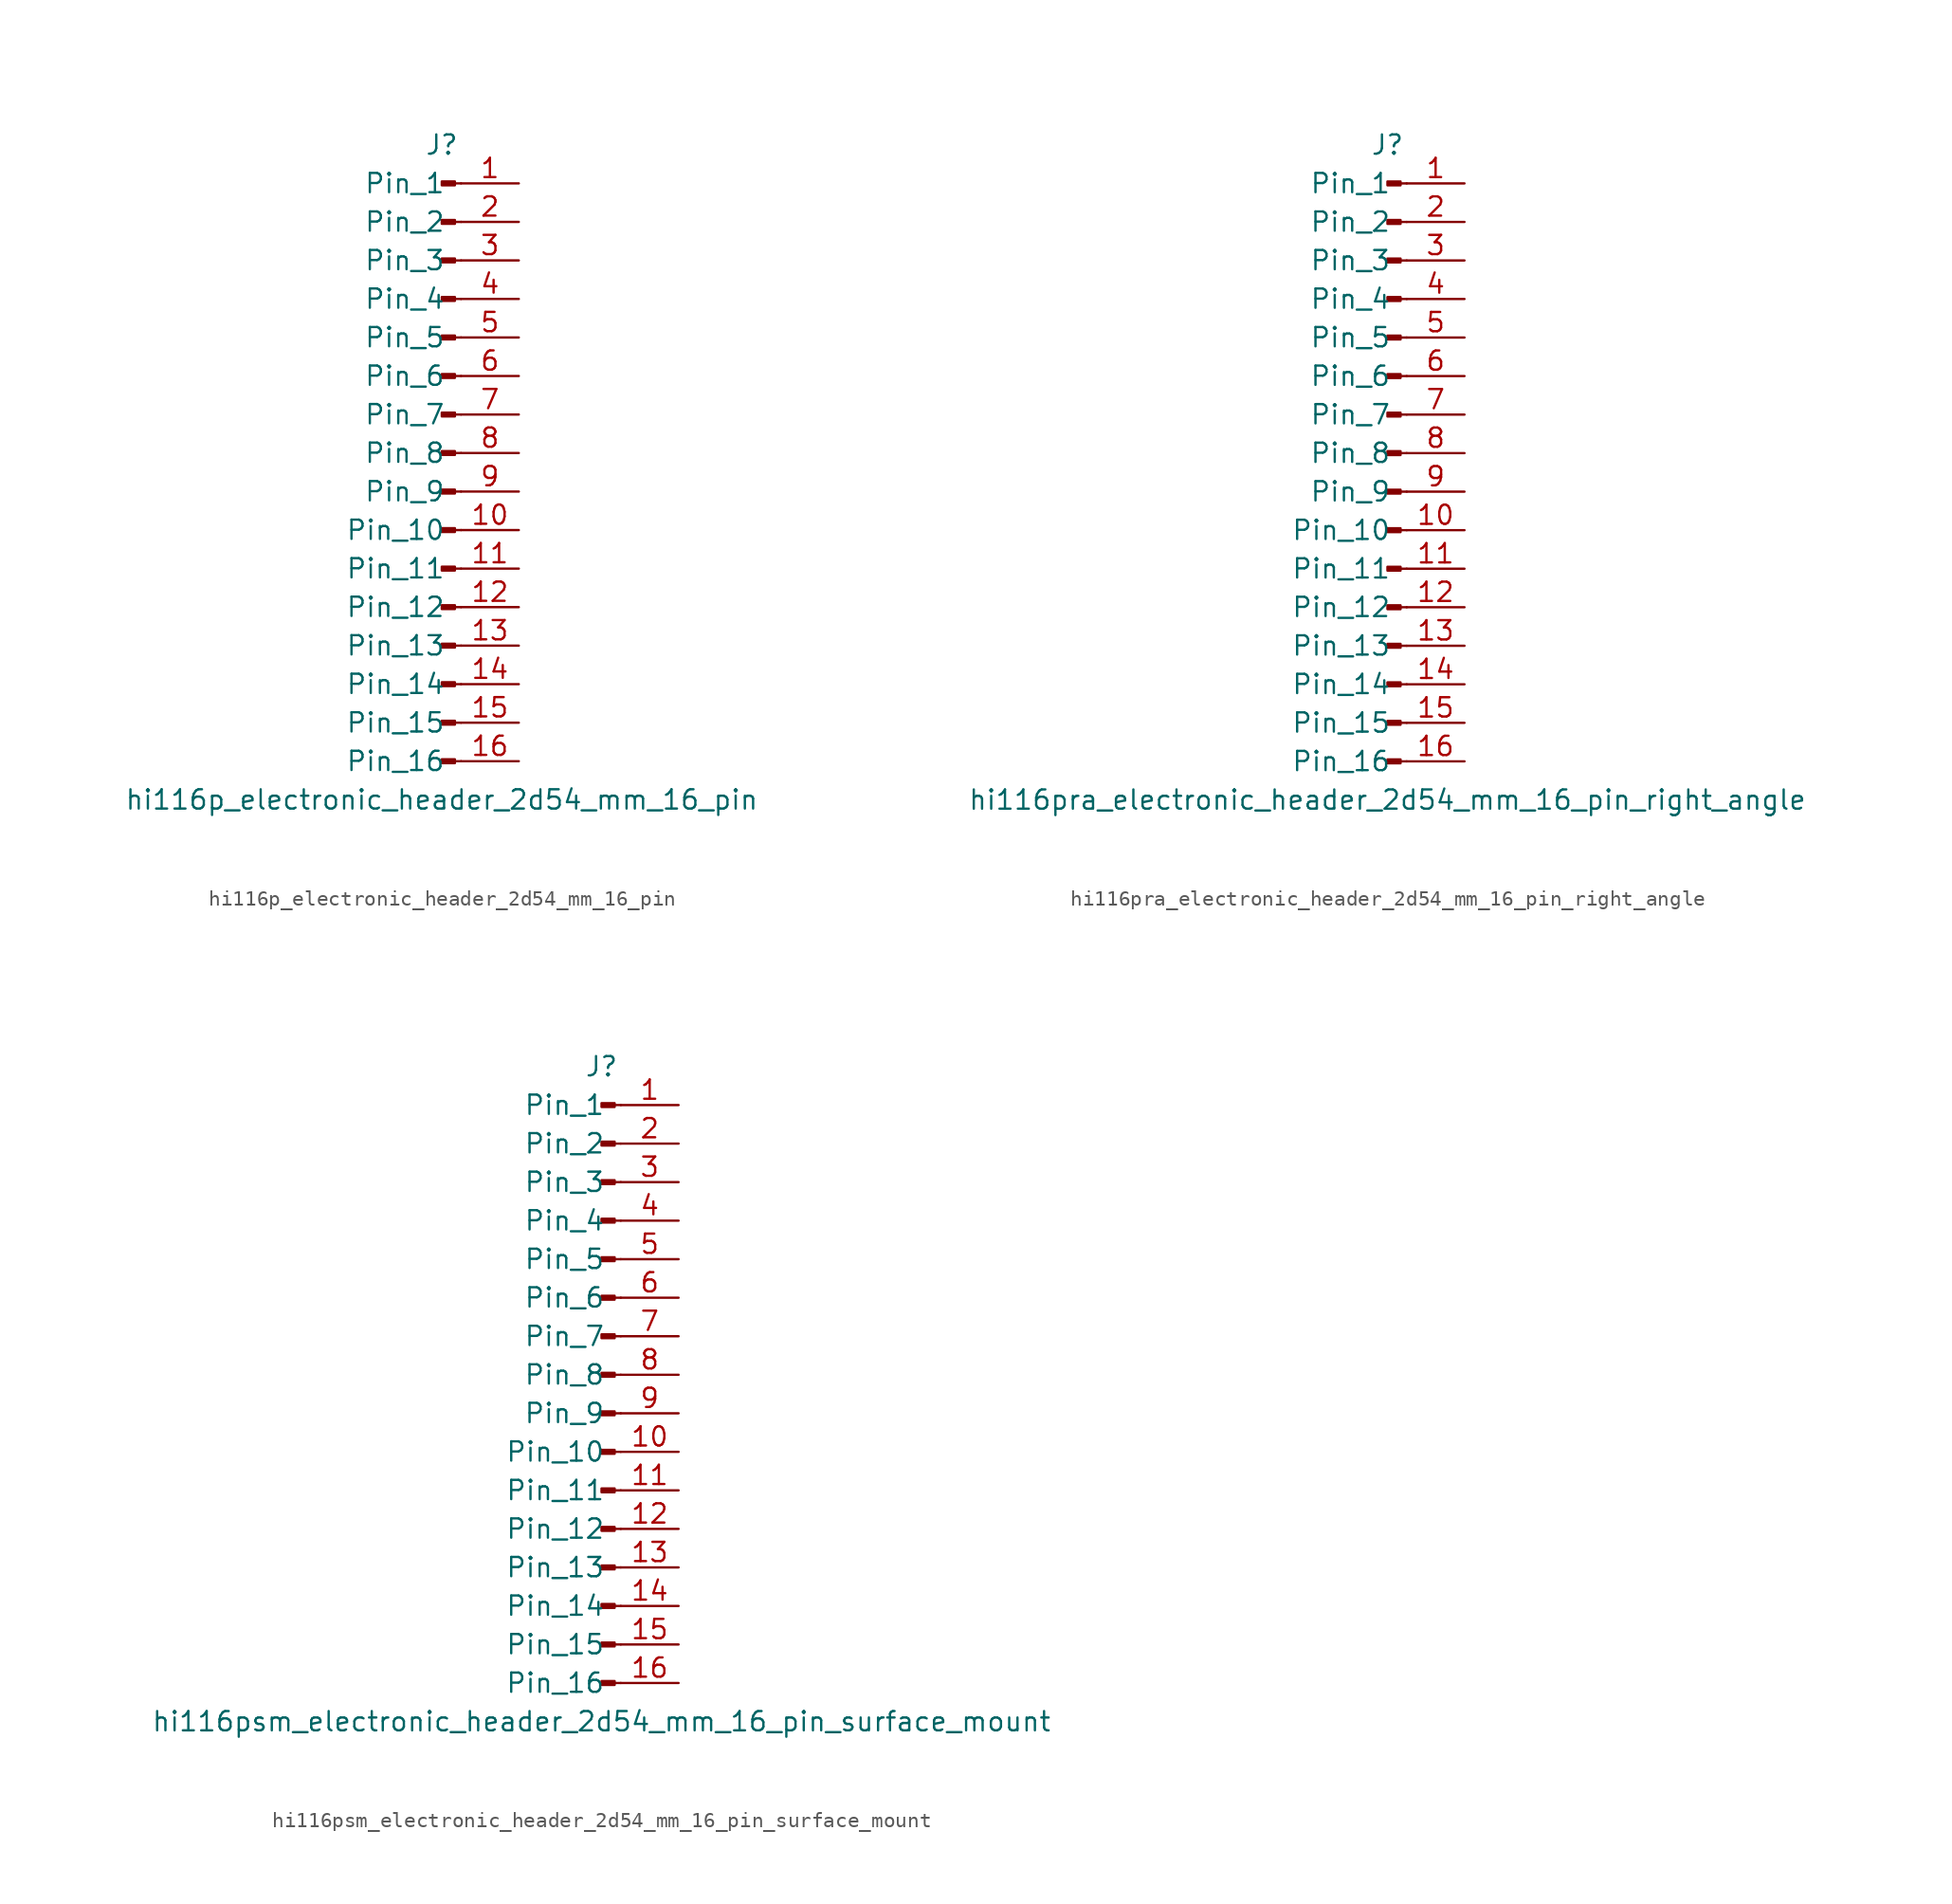
<source format=kicad_sym>
(kicad_symbol_lib
  (version 20220914)
  (generator kicad_symbol_editor)
  (symbol "hi116p_electronic_header_2d54_mm_16_pin"
    (pin_names
      (offset 1.016))
    (property "Reference" "J"
      (at 0 20.32 0)
      (effects (font (size 1.27 1.27))))
    (property "Value" "hi116p_electronic_header_2d54_mm_16_pin"
      (at 0 -22.86 0)
      (effects (font (size 1.27 1.27))))
    (property "ki_locked" ""
      (at 0 0 0)
      (effects (font (size 1.27 1.27))))
    (symbol "hi116p_electronic_header_2d54_mm_16_pin_1_1"
      (polyline (pts (xy 1.27 -20.32) (xy 0.864 -20.32)) (stroke (width 0.152) (type default)) (fill (type none)))
      (polyline (pts (xy 1.27 -17.78) (xy 0.864 -17.78)) (stroke (width 0.152) (type default)) (fill (type none)))
      (polyline (pts (xy 1.27 -15.24) (xy 0.864 -15.24)) (stroke (width 0.152) (type default)) (fill (type none)))
      (polyline (pts (xy 1.27 -12.7) (xy 0.864 -12.7)) (stroke (width 0.152) (type default)) (fill (type none)))
      (polyline (pts (xy 1.27 -10.16) (xy 0.864 -10.16)) (stroke (width 0.152) (type default)) (fill (type none)))
      (polyline (pts (xy 1.27 -7.62) (xy 0.864 -7.62)) (stroke (width 0.152) (type default)) (fill (type none)))
      (polyline (pts (xy 1.27 -5.08) (xy 0.864 -5.08)) (stroke (width 0.152) (type default)) (fill (type none)))
      (polyline (pts (xy 1.27 -2.54) (xy 0.864 -2.54)) (stroke (width 0.152) (type default)) (fill (type none)))
      (polyline (pts (xy 1.27 0) (xy 0.864 0)) (stroke (width 0.152) (type default)) (fill (type none)))
      (polyline (pts (xy 1.27 2.54) (xy 0.864 2.54)) (stroke (width 0.152) (type default)) (fill (type none)))
      (polyline (pts (xy 1.27 5.08) (xy 0.864 5.08)) (stroke (width 0.152) (type default)) (fill (type none)))
      (polyline (pts (xy 1.27 7.62) (xy 0.864 7.62)) (stroke (width 0.152) (type default)) (fill (type none)))
      (polyline (pts (xy 1.27 10.16) (xy 0.864 10.16)) (stroke (width 0.152) (type default)) (fill (type none)))
      (polyline (pts (xy 1.27 12.7) (xy 0.864 12.7)) (stroke (width 0.152) (type default)) (fill (type none)))
      (polyline (pts (xy 1.27 15.24) (xy 0.864 15.24)) (stroke (width 0.152) (type default)) (fill (type none)))
      (polyline (pts (xy 1.27 17.78) (xy 0.864 17.78)) (stroke (width 0.152) (type default)) (fill (type none)))
      (rectangle (start 0.864 -20.193) (end 0 -20.447) (stroke (width 0.152) (type default)) (fill (type outline)))
      (rectangle (start 0.864 -17.653) (end 0 -17.907) (stroke (width 0.152) (type default)) (fill (type outline)))
      (rectangle (start 0.864 -15.113) (end 0 -15.367) (stroke (width 0.152) (type default)) (fill (type outline)))
      (rectangle (start 0.864 -12.573) (end 0 -12.827) (stroke (width 0.152) (type default)) (fill (type outline)))
      (rectangle (start 0.864 -10.033) (end 0 -10.287) (stroke (width 0.152) (type default)) (fill (type outline)))
      (rectangle (start 0.864 -7.493) (end 0 -7.747) (stroke (width 0.152) (type default)) (fill (type outline)))
      (rectangle (start 0.864 -4.953) (end 0 -5.207) (stroke (width 0.152) (type default)) (fill (type outline)))
      (rectangle (start 0.864 -2.413) (end 0 -2.667) (stroke (width 0.152) (type default)) (fill (type outline)))
      (rectangle (start 0.864 0.127) (end 0 -0.127) (stroke (width 0.152) (type default)) (fill (type outline)))
      (rectangle (start 0.864 2.667) (end 0 2.413) (stroke (width 0.152) (type default)) (fill (type outline)))
      (rectangle (start 0.864 5.207) (end 0 4.953) (stroke (width 0.152) (type default)) (fill (type outline)))
      (rectangle (start 0.864 7.747) (end 0 7.493) (stroke (width 0.152) (type default)) (fill (type outline)))
      (rectangle (start 0.864 10.287) (end 0 10.033) (stroke (width 0.152) (type default)) (fill (type outline)))
      (rectangle (start 0.864 12.827) (end 0 12.573) (stroke (width 0.152) (type default)) (fill (type outline)))
      (rectangle (start 0.864 15.367) (end 0 15.113) (stroke (width 0.152) (type default)) (fill (type outline)))
      (rectangle (start 0.864 17.907) (end 0 17.653) (stroke (width 0.152) (type default)) (fill (type outline)))
      (pin passive line (at 5.08 17.78 180) (length 3.81) (name "Pin_1" (effects (font (size 1.27 1.27)))) (number "1" (effects (font (size 1.27 1.27)))))
      (pin passive line (at 5.08 -5.08 180) (length 3.81) (name "Pin_10" (effects (font (size 1.27 1.27)))) (number "10" (effects (font (size 1.27 1.27)))))
      (pin passive line (at 5.08 -7.62 180) (length 3.81) (name "Pin_11" (effects (font (size 1.27 1.27)))) (number "11" (effects (font (size 1.27 1.27)))))
      (pin passive line (at 5.08 -10.16 180) (length 3.81) (name "Pin_12" (effects (font (size 1.27 1.27)))) (number "12" (effects (font (size 1.27 1.27)))))
      (pin passive line (at 5.08 -12.7 180) (length 3.81) (name "Pin_13" (effects (font (size 1.27 1.27)))) (number "13" (effects (font (size 1.27 1.27)))))
      (pin passive line (at 5.08 -15.24 180) (length 3.81) (name "Pin_14" (effects (font (size 1.27 1.27)))) (number "14" (effects (font (size 1.27 1.27)))))
      (pin passive line (at 5.08 -17.78 180) (length 3.81) (name "Pin_15" (effects (font (size 1.27 1.27)))) (number "15" (effects (font (size 1.27 1.27)))))
      (pin passive line (at 5.08 -20.32 180) (length 3.81) (name "Pin_16" (effects (font (size 1.27 1.27)))) (number "16" (effects (font (size 1.27 1.27)))))
      (pin passive line (at 5.08 15.24 180) (length 3.81) (name "Pin_2" (effects (font (size 1.27 1.27)))) (number "2" (effects (font (size 1.27 1.27)))))
      (pin passive line (at 5.08 12.7 180) (length 3.81) (name "Pin_3" (effects (font (size 1.27 1.27)))) (number "3" (effects (font (size 1.27 1.27)))))
      (pin passive line (at 5.08 10.16 180) (length 3.81) (name "Pin_4" (effects (font (size 1.27 1.27)))) (number "4" (effects (font (size 1.27 1.27)))))
      (pin passive line (at 5.08 7.62 180) (length 3.81) (name "Pin_5" (effects (font (size 1.27 1.27)))) (number "5" (effects (font (size 1.27 1.27)))))
      (pin passive line (at 5.08 5.08 180) (length 3.81) (name "Pin_6" (effects (font (size 1.27 1.27)))) (number "6" (effects (font (size 1.27 1.27)))))
      (pin passive line (at 5.08 2.54 180) (length 3.81) (name "Pin_7" (effects (font (size 1.27 1.27)))) (number "7" (effects (font (size 1.27 1.27)))))
      (pin passive line (at 5.08 0 180) (length 3.81) (name "Pin_8" (effects (font (size 1.27 1.27)))) (number "8" (effects (font (size 1.27 1.27)))))
      (pin passive line (at 5.08 -2.54 180) (length 3.81) (name "Pin_9" (effects (font (size 1.27 1.27)))) (number "9" (effects (font (size 1.27 1.27)))))))
  (symbol "hi116pra_electronic_header_2d54_mm_16_pin_right_angle"
    (pin_names
      (offset 1.016))
    (property "Reference" "J"
      (at 0 20.32 0)
      (effects (font (size 1.27 1.27))))
    (property "Value" "hi116pra_electronic_header_2d54_mm_16_pin_right_angle"
      (at 0 -22.86 0)
      (effects (font (size 1.27 1.27))))
    (property "ki_locked" ""
      (at 0 0 0)
      (effects (font (size 1.27 1.27))))
    (symbol "hi116pra_electronic_header_2d54_mm_16_pin_right_angle_1_1"
      (polyline (pts (xy 1.27 -20.32) (xy 0.864 -20.32)) (stroke (width 0.152) (type default)) (fill (type none)))
      (polyline (pts (xy 1.27 -17.78) (xy 0.864 -17.78)) (stroke (width 0.152) (type default)) (fill (type none)))
      (polyline (pts (xy 1.27 -15.24) (xy 0.864 -15.24)) (stroke (width 0.152) (type default)) (fill (type none)))
      (polyline (pts (xy 1.27 -12.7) (xy 0.864 -12.7)) (stroke (width 0.152) (type default)) (fill (type none)))
      (polyline (pts (xy 1.27 -10.16) (xy 0.864 -10.16)) (stroke (width 0.152) (type default)) (fill (type none)))
      (polyline (pts (xy 1.27 -7.62) (xy 0.864 -7.62)) (stroke (width 0.152) (type default)) (fill (type none)))
      (polyline (pts (xy 1.27 -5.08) (xy 0.864 -5.08)) (stroke (width 0.152) (type default)) (fill (type none)))
      (polyline (pts (xy 1.27 -2.54) (xy 0.864 -2.54)) (stroke (width 0.152) (type default)) (fill (type none)))
      (polyline (pts (xy 1.27 0) (xy 0.864 0)) (stroke (width 0.152) (type default)) (fill (type none)))
      (polyline (pts (xy 1.27 2.54) (xy 0.864 2.54)) (stroke (width 0.152) (type default)) (fill (type none)))
      (polyline (pts (xy 1.27 5.08) (xy 0.864 5.08)) (stroke (width 0.152) (type default)) (fill (type none)))
      (polyline (pts (xy 1.27 7.62) (xy 0.864 7.62)) (stroke (width 0.152) (type default)) (fill (type none)))
      (polyline (pts (xy 1.27 10.16) (xy 0.864 10.16)) (stroke (width 0.152) (type default)) (fill (type none)))
      (polyline (pts (xy 1.27 12.7) (xy 0.864 12.7)) (stroke (width 0.152) (type default)) (fill (type none)))
      (polyline (pts (xy 1.27 15.24) (xy 0.864 15.24)) (stroke (width 0.152) (type default)) (fill (type none)))
      (polyline (pts (xy 1.27 17.78) (xy 0.864 17.78)) (stroke (width 0.152) (type default)) (fill (type none)))
      (rectangle (start 0.864 -20.193) (end 0 -20.447) (stroke (width 0.152) (type default)) (fill (type outline)))
      (rectangle (start 0.864 -17.653) (end 0 -17.907) (stroke (width 0.152) (type default)) (fill (type outline)))
      (rectangle (start 0.864 -15.113) (end 0 -15.367) (stroke (width 0.152) (type default)) (fill (type outline)))
      (rectangle (start 0.864 -12.573) (end 0 -12.827) (stroke (width 0.152) (type default)) (fill (type outline)))
      (rectangle (start 0.864 -10.033) (end 0 -10.287) (stroke (width 0.152) (type default)) (fill (type outline)))
      (rectangle (start 0.864 -7.493) (end 0 -7.747) (stroke (width 0.152) (type default)) (fill (type outline)))
      (rectangle (start 0.864 -4.953) (end 0 -5.207) (stroke (width 0.152) (type default)) (fill (type outline)))
      (rectangle (start 0.864 -2.413) (end 0 -2.667) (stroke (width 0.152) (type default)) (fill (type outline)))
      (rectangle (start 0.864 0.127) (end 0 -0.127) (stroke (width 0.152) (type default)) (fill (type outline)))
      (rectangle (start 0.864 2.667) (end 0 2.413) (stroke (width 0.152) (type default)) (fill (type outline)))
      (rectangle (start 0.864 5.207) (end 0 4.953) (stroke (width 0.152) (type default)) (fill (type outline)))
      (rectangle (start 0.864 7.747) (end 0 7.493) (stroke (width 0.152) (type default)) (fill (type outline)))
      (rectangle (start 0.864 10.287) (end 0 10.033) (stroke (width 0.152) (type default)) (fill (type outline)))
      (rectangle (start 0.864 12.827) (end 0 12.573) (stroke (width 0.152) (type default)) (fill (type outline)))
      (rectangle (start 0.864 15.367) (end 0 15.113) (stroke (width 0.152) (type default)) (fill (type outline)))
      (rectangle (start 0.864 17.907) (end 0 17.653) (stroke (width 0.152) (type default)) (fill (type outline)))
      (pin passive line (at 5.08 17.78 180) (length 3.81) (name "Pin_1" (effects (font (size 1.27 1.27)))) (number "1" (effects (font (size 1.27 1.27)))))
      (pin passive line (at 5.08 -5.08 180) (length 3.81) (name "Pin_10" (effects (font (size 1.27 1.27)))) (number "10" (effects (font (size 1.27 1.27)))))
      (pin passive line (at 5.08 -7.62 180) (length 3.81) (name "Pin_11" (effects (font (size 1.27 1.27)))) (number "11" (effects (font (size 1.27 1.27)))))
      (pin passive line (at 5.08 -10.16 180) (length 3.81) (name "Pin_12" (effects (font (size 1.27 1.27)))) (number "12" (effects (font (size 1.27 1.27)))))
      (pin passive line (at 5.08 -12.7 180) (length 3.81) (name "Pin_13" (effects (font (size 1.27 1.27)))) (number "13" (effects (font (size 1.27 1.27)))))
      (pin passive line (at 5.08 -15.24 180) (length 3.81) (name "Pin_14" (effects (font (size 1.27 1.27)))) (number "14" (effects (font (size 1.27 1.27)))))
      (pin passive line (at 5.08 -17.78 180) (length 3.81) (name "Pin_15" (effects (font (size 1.27 1.27)))) (number "15" (effects (font (size 1.27 1.27)))))
      (pin passive line (at 5.08 -20.32 180) (length 3.81) (name "Pin_16" (effects (font (size 1.27 1.27)))) (number "16" (effects (font (size 1.27 1.27)))))
      (pin passive line (at 5.08 15.24 180) (length 3.81) (name "Pin_2" (effects (font (size 1.27 1.27)))) (number "2" (effects (font (size 1.27 1.27)))))
      (pin passive line (at 5.08 12.7 180) (length 3.81) (name "Pin_3" (effects (font (size 1.27 1.27)))) (number "3" (effects (font (size 1.27 1.27)))))
      (pin passive line (at 5.08 10.16 180) (length 3.81) (name "Pin_4" (effects (font (size 1.27 1.27)))) (number "4" (effects (font (size 1.27 1.27)))))
      (pin passive line (at 5.08 7.62 180) (length 3.81) (name "Pin_5" (effects (font (size 1.27 1.27)))) (number "5" (effects (font (size 1.27 1.27)))))
      (pin passive line (at 5.08 5.08 180) (length 3.81) (name "Pin_6" (effects (font (size 1.27 1.27)))) (number "6" (effects (font (size 1.27 1.27)))))
      (pin passive line (at 5.08 2.54 180) (length 3.81) (name "Pin_7" (effects (font (size 1.27 1.27)))) (number "7" (effects (font (size 1.27 1.27)))))
      (pin passive line (at 5.08 0 180) (length 3.81) (name "Pin_8" (effects (font (size 1.27 1.27)))) (number "8" (effects (font (size 1.27 1.27)))))
      (pin passive line (at 5.08 -2.54 180) (length 3.81) (name "Pin_9" (effects (font (size 1.27 1.27)))) (number "9" (effects (font (size 1.27 1.27)))))))
  (symbol "hi116psm_electronic_header_2d54_mm_16_pin_surface_mount"
    (pin_names
      (offset 1.016))
    (property "Reference" "J"
      (at 0 20.32 0)
      (effects (font (size 1.27 1.27))))
    (property "Value" "hi116psm_electronic_header_2d54_mm_16_pin_surface_mount"
      (at 0 -22.86 0)
      (effects (font (size 1.27 1.27))))
    (property "ki_locked" ""
      (at 0 0 0)
      (effects (font (size 1.27 1.27))))
    (symbol "hi116psm_electronic_header_2d54_mm_16_pin_surface_mount_1_1"
      (polyline (pts (xy 1.27 -20.32) (xy 0.864 -20.32)) (stroke (width 0.152) (type default)) (fill (type none)))
      (polyline (pts (xy 1.27 -17.78) (xy 0.864 -17.78)) (stroke (width 0.152) (type default)) (fill (type none)))
      (polyline (pts (xy 1.27 -15.24) (xy 0.864 -15.24)) (stroke (width 0.152) (type default)) (fill (type none)))
      (polyline (pts (xy 1.27 -12.7) (xy 0.864 -12.7)) (stroke (width 0.152) (type default)) (fill (type none)))
      (polyline (pts (xy 1.27 -10.16) (xy 0.864 -10.16)) (stroke (width 0.152) (type default)) (fill (type none)))
      (polyline (pts (xy 1.27 -7.62) (xy 0.864 -7.62)) (stroke (width 0.152) (type default)) (fill (type none)))
      (polyline (pts (xy 1.27 -5.08) (xy 0.864 -5.08)) (stroke (width 0.152) (type default)) (fill (type none)))
      (polyline (pts (xy 1.27 -2.54) (xy 0.864 -2.54)) (stroke (width 0.152) (type default)) (fill (type none)))
      (polyline (pts (xy 1.27 0) (xy 0.864 0)) (stroke (width 0.152) (type default)) (fill (type none)))
      (polyline (pts (xy 1.27 2.54) (xy 0.864 2.54)) (stroke (width 0.152) (type default)) (fill (type none)))
      (polyline (pts (xy 1.27 5.08) (xy 0.864 5.08)) (stroke (width 0.152) (type default)) (fill (type none)))
      (polyline (pts (xy 1.27 7.62) (xy 0.864 7.62)) (stroke (width 0.152) (type default)) (fill (type none)))
      (polyline (pts (xy 1.27 10.16) (xy 0.864 10.16)) (stroke (width 0.152) (type default)) (fill (type none)))
      (polyline (pts (xy 1.27 12.7) (xy 0.864 12.7)) (stroke (width 0.152) (type default)) (fill (type none)))
      (polyline (pts (xy 1.27 15.24) (xy 0.864 15.24)) (stroke (width 0.152) (type default)) (fill (type none)))
      (polyline (pts (xy 1.27 17.78) (xy 0.864 17.78)) (stroke (width 0.152) (type default)) (fill (type none)))
      (rectangle (start 0.864 -20.193) (end 0 -20.447) (stroke (width 0.152) (type default)) (fill (type outline)))
      (rectangle (start 0.864 -17.653) (end 0 -17.907) (stroke (width 0.152) (type default)) (fill (type outline)))
      (rectangle (start 0.864 -15.113) (end 0 -15.367) (stroke (width 0.152) (type default)) (fill (type outline)))
      (rectangle (start 0.864 -12.573) (end 0 -12.827) (stroke (width 0.152) (type default)) (fill (type outline)))
      (rectangle (start 0.864 -10.033) (end 0 -10.287) (stroke (width 0.152) (type default)) (fill (type outline)))
      (rectangle (start 0.864 -7.493) (end 0 -7.747) (stroke (width 0.152) (type default)) (fill (type outline)))
      (rectangle (start 0.864 -4.953) (end 0 -5.207) (stroke (width 0.152) (type default)) (fill (type outline)))
      (rectangle (start 0.864 -2.413) (end 0 -2.667) (stroke (width 0.152) (type default)) (fill (type outline)))
      (rectangle (start 0.864 0.127) (end 0 -0.127) (stroke (width 0.152) (type default)) (fill (type outline)))
      (rectangle (start 0.864 2.667) (end 0 2.413) (stroke (width 0.152) (type default)) (fill (type outline)))
      (rectangle (start 0.864 5.207) (end 0 4.953) (stroke (width 0.152) (type default)) (fill (type outline)))
      (rectangle (start 0.864 7.747) (end 0 7.493) (stroke (width 0.152) (type default)) (fill (type outline)))
      (rectangle (start 0.864 10.287) (end 0 10.033) (stroke (width 0.152) (type default)) (fill (type outline)))
      (rectangle (start 0.864 12.827) (end 0 12.573) (stroke (width 0.152) (type default)) (fill (type outline)))
      (rectangle (start 0.864 15.367) (end 0 15.113) (stroke (width 0.152) (type default)) (fill (type outline)))
      (rectangle (start 0.864 17.907) (end 0 17.653) (stroke (width 0.152) (type default)) (fill (type outline)))
      (pin passive line (at 5.08 17.78 180) (length 3.81) (name "Pin_1" (effects (font (size 1.27 1.27)))) (number "1" (effects (font (size 1.27 1.27)))))
      (pin passive line (at 5.08 -5.08 180) (length 3.81) (name "Pin_10" (effects (font (size 1.27 1.27)))) (number "10" (effects (font (size 1.27 1.27)))))
      (pin passive line (at 5.08 -7.62 180) (length 3.81) (name "Pin_11" (effects (font (size 1.27 1.27)))) (number "11" (effects (font (size 1.27 1.27)))))
      (pin passive line (at 5.08 -10.16 180) (length 3.81) (name "Pin_12" (effects (font (size 1.27 1.27)))) (number "12" (effects (font (size 1.27 1.27)))))
      (pin passive line (at 5.08 -12.7 180) (length 3.81) (name "Pin_13" (effects (font (size 1.27 1.27)))) (number "13" (effects (font (size 1.27 1.27)))))
      (pin passive line (at 5.08 -15.24 180) (length 3.81) (name "Pin_14" (effects (font (size 1.27 1.27)))) (number "14" (effects (font (size 1.27 1.27)))))
      (pin passive line (at 5.08 -17.78 180) (length 3.81) (name "Pin_15" (effects (font (size 1.27 1.27)))) (number "15" (effects (font (size 1.27 1.27)))))
      (pin passive line (at 5.08 -20.32 180) (length 3.81) (name "Pin_16" (effects (font (size 1.27 1.27)))) (number "16" (effects (font (size 1.27 1.27)))))
      (pin passive line (at 5.08 15.24 180) (length 3.81) (name "Pin_2" (effects (font (size 1.27 1.27)))) (number "2" (effects (font (size 1.27 1.27)))))
      (pin passive line (at 5.08 12.7 180) (length 3.81) (name "Pin_3" (effects (font (size 1.27 1.27)))) (number "3" (effects (font (size 1.27 1.27)))))
      (pin passive line (at 5.08 10.16 180) (length 3.81) (name "Pin_4" (effects (font (size 1.27 1.27)))) (number "4" (effects (font (size 1.27 1.27)))))
      (pin passive line (at 5.08 7.62 180) (length 3.81) (name "Pin_5" (effects (font (size 1.27 1.27)))) (number "5" (effects (font (size 1.27 1.27)))))
      (pin passive line (at 5.08 5.08 180) (length 3.81) (name "Pin_6" (effects (font (size 1.27 1.27)))) (number "6" (effects (font (size 1.27 1.27)))))
      (pin passive line (at 5.08 2.54 180) (length 3.81) (name "Pin_7" (effects (font (size 1.27 1.27)))) (number "7" (effects (font (size 1.27 1.27)))))
      (pin passive line (at 5.08 0 180) (length 3.81) (name "Pin_8" (effects (font (size 1.27 1.27)))) (number "8" (effects (font (size 1.27 1.27)))))
      (pin passive line (at 5.08 -2.54 180) (length 3.81) (name "Pin_9" (effects (font (size 1.27 1.27)))) (number "9" (effects (font (size 1.27 1.27))))))))
</source>
